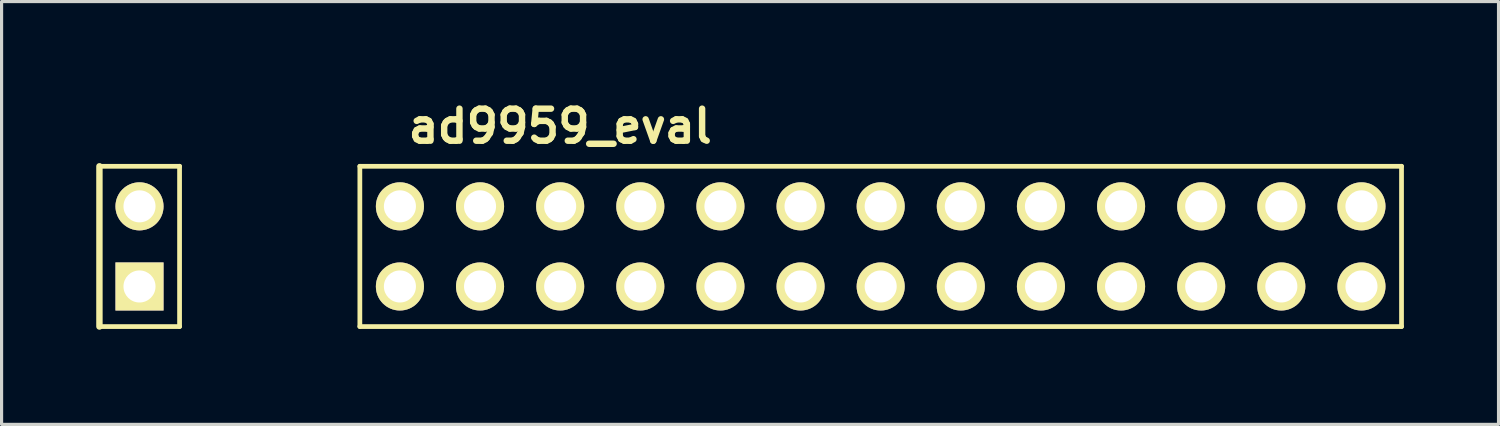
<source format=kicad_pcb>
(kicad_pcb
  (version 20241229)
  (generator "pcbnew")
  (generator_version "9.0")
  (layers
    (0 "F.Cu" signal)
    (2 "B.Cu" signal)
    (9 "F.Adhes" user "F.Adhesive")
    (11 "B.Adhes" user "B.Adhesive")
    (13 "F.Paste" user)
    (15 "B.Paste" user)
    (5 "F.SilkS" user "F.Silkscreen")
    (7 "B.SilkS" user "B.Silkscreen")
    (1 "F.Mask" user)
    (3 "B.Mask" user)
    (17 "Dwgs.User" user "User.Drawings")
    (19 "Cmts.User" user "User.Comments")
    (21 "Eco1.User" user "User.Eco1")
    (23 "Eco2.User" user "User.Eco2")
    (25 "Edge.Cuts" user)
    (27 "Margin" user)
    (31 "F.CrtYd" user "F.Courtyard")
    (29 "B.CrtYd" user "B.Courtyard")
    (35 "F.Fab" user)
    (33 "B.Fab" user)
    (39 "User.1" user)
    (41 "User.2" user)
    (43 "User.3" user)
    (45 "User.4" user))
  (footprint "ad9959_eval"
    (layer "F.Cu")
    (at 17.247 4.761)
    (property "Reference" "ad9959_eval" (at -2.54 -3.81 0) (layer "F.SilkS") (effects (font (size 1.016 1.016) (thickness 0.203))))
    (attr through_hole)
    (fp_line (start -17.145 -2.54) (end -17.145 2.54) (stroke (width 0.203) (type solid)) (layer "F.SilkS"))
    (fp_line (start -17.145 -2.54) (end -14.605 -2.54) (stroke (width 0.15) (type solid)) (layer "F.SilkS"))
    (fp_line (start -17.145 2.54) (end -14.605 2.54) (stroke (width 0.15) (type solid)) (layer "F.SilkS"))
    (fp_line (start -14.605 -2.54) (end -14.605 2.54) (stroke (width 0.15) (type solid)) (layer "F.SilkS"))
    (fp_line (start -8.89 -2.54) (end -8.89 2.54) (stroke (width 0.15) (type solid)) (layer "F.SilkS"))
    (fp_line (start 24.13 -2.54) (end -8.89 -2.54) (stroke (width 0.15) (type solid)) (layer "F.SilkS"))
    (fp_line (start 24.13 -2.54) (end 24.13 2.54) (stroke (width 0.15) (type solid)) (layer "F.SilkS"))
    (fp_line (start 24.13 2.54) (end -8.89 2.54) (stroke (width 0.15) (type solid)) (layer "F.SilkS"))
    (pad "1" thru_hole rect (at -15.875 1.27) (size 1.524 1.524) (drill 1.016) (layers "*.Cu" "*.Mask" "F.SilkS"))
    (pad "4" thru_hole circle (at -7.62 1.27) (size 1.524 1.524) (drill 1.016) (layers "*.Cu" "*.Mask" "F.SilkS"))
    (pad "5" thru_hole circle (at -5.08 1.27) (size 1.524 1.524) (drill 1.016) (layers "*.Cu" "*.Mask" "F.SilkS"))
    (pad "6" thru_hole circle (at -2.54 1.27) (size 1.524 1.524) (drill 1.016) (layers "*.Cu" "*.Mask" "F.SilkS"))
    (pad "7" thru_hole circle (at 0 1.27) (size 1.524 1.524) (drill 1.016) (layers "*.Cu" "*.Mask" "F.SilkS"))
    (pad "8" thru_hole circle (at 2.54 1.27) (size 1.524 1.524) (drill 1.016) (layers "*.Cu" "*.Mask" "F.SilkS"))
    (pad "9" thru_hole circle (at 5.08 1.27) (size 1.524 1.524) (drill 1.016) (layers "*.Cu" "*.Mask" "F.SilkS"))
    (pad "10" thru_hole circle (at 7.62 1.27) (size 1.524 1.524) (drill 1.016) (layers "*.Cu" "*.Mask" "F.SilkS"))
    (pad "11" thru_hole circle (at 10.16 1.27) (size 1.524 1.524) (drill 1.016) (layers "*.Cu" "*.Mask" "F.SilkS"))
    (pad "12" thru_hole circle (at 12.7 1.27) (size 1.524 1.524) (drill 1.016) (layers "*.Cu" "*.Mask" "F.SilkS"))
    (pad "13" thru_hole circle (at 15.24 1.27) (size 1.524 1.524) (drill 1.016) (layers "*.Cu" "*.Mask" "F.SilkS"))
    (pad "14" thru_hole circle (at 17.78 1.27) (size 1.524 1.524) (drill 1.016) (layers "*.Cu" "*.Mask" "F.SilkS"))
    (pad "15" thru_hole circle (at 20.32 1.27) (size 1.524 1.524) (drill 1.016) (layers "*.Cu" "*.Mask" "F.SilkS"))
    (pad "16" thru_hole circle (at 22.86 1.27) (size 1.524 1.524) (drill 1.016) (layers "*.Cu" "*.Mask" "F.SilkS"))
    (pad "17" thru_hole circle (at 22.86 -1.27) (size 1.524 1.524) (drill 1.016) (layers "*.Cu" "*.Mask" "F.SilkS"))
    (pad "18" thru_hole circle (at 20.32 -1.27) (size 1.524 1.524) (drill 1.016) (layers "*.Cu" "*.Mask" "F.SilkS"))
    (pad "19" thru_hole circle (at 17.78 -1.27) (size 1.524 1.524) (drill 1.016) (layers "*.Cu" "*.Mask" "F.SilkS"))
    (pad "20" thru_hole circle (at 15.24 -1.27) (size 1.524 1.524) (drill 1.016) (layers "*.Cu" "*.Mask" "F.SilkS"))
    (pad "21" thru_hole circle (at 12.7 -1.27) (size 1.524 1.524) (drill 1.016) (layers "*.Cu" "*.Mask" "F.SilkS"))
    (pad "22" thru_hole circle (at 10.16 -1.27) (size 1.524 1.524) (drill 1.016) (layers "*.Cu" "*.Mask" "F.SilkS"))
    (pad "23" thru_hole circle (at 7.62 -1.27) (size 1.524 1.524) (drill 1.016) (layers "*.Cu" "*.Mask" "F.SilkS"))
    (pad "24" thru_hole circle (at 5.08 -1.27) (size 1.524 1.524) (drill 1.016) (layers "*.Cu" "*.Mask" "F.SilkS"))
    (pad "25" thru_hole circle (at 2.54 -1.27) (size 1.524 1.524) (drill 1.016) (layers "*.Cu" "*.Mask" "F.SilkS"))
    (pad "26" thru_hole circle (at 0 -1.27) (size 1.524 1.524) (drill 1.016) (layers "*.Cu" "*.Mask" "F.SilkS"))
    (pad "27" thru_hole circle (at -2.54 -1.27) (size 1.524 1.524) (drill 1.016) (layers "*.Cu" "*.Mask" "F.SilkS"))
    (pad "28" thru_hole circle (at -5.08 -1.27) (size 1.524 1.524) (drill 1.016) (layers "*.Cu" "*.Mask" "F.SilkS"))
    (pad "29" thru_hole circle (at -7.62 -1.27) (size 1.524 1.524) (drill 1.016) (layers "*.Cu" "*.Mask" "F.SilkS"))
    (pad "32" thru_hole circle (at -15.875 -1.27) (size 1.524 1.524) (drill 1.016) (layers "*.Cu" "*.Mask" "F.SilkS")))
  (gr_rect
    (start -3 -3)
    (end 44.452 10.403)
    (stroke (width 0.1) (type default))
    (fill no)
    (layer "Edge.Cuts")))
</source>
